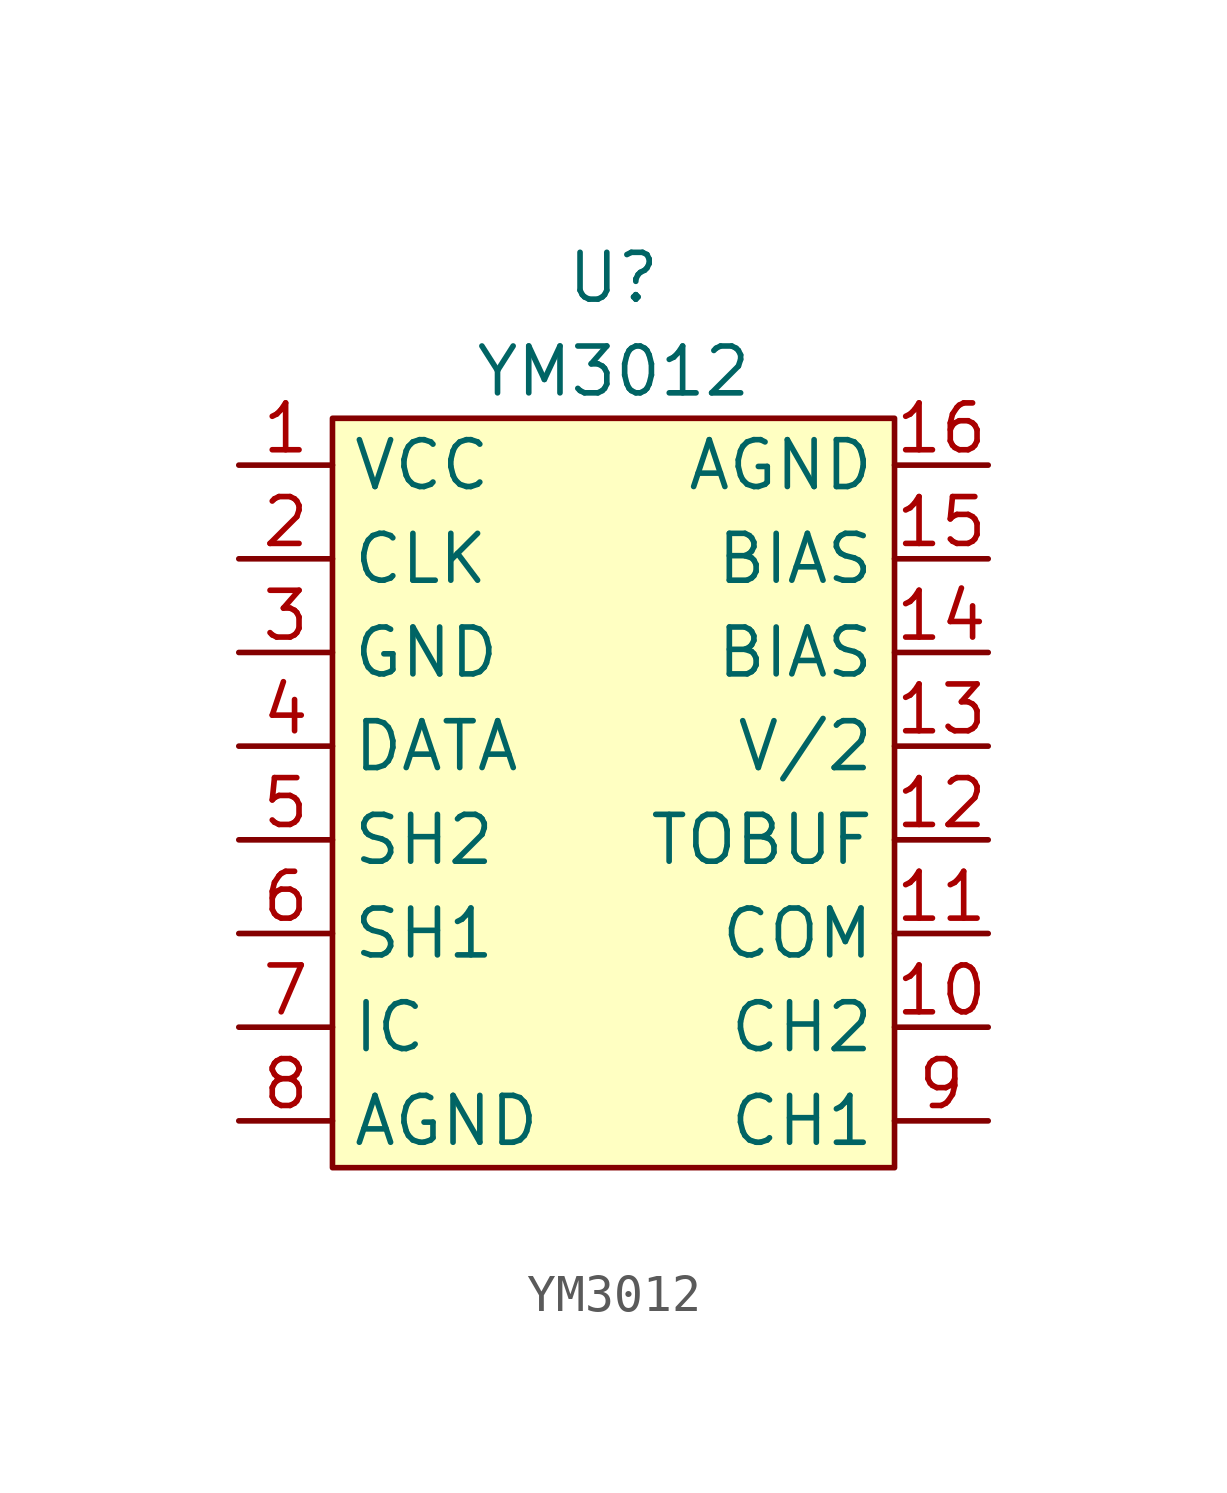
<source format=kicad_sym>
(kicad_symbol_lib
  (version 20211014)
  (generator kicad_symbol_editor)
  (symbol "YM3012"
    (property "Reference" "U"
      (at 0 13.97 0)
      (effects (font (size 1.27 1.27))))
    (property "Value" "YM3012"
      (at 0 11.43 0)
      (effects (font (size 1.27 1.27))))
    (symbol "YM3012_0_1"
      (rectangle (start -7.62 10.16) (end 7.62 -10.16) (stroke (width 0.152) (type default) (color 0 0 0 0)) (fill (type background))))
    (symbol "YM3012_1_1"
      (pin input line (at -10.16 8.89 0) (length 2.54) (name "VCC" (effects (font (size 1.27 1.27)))) (number "1" (effects (font (size 1.27 1.27)))))
      (pin input line (at 10.16 -6.35 180) (length 2.54) (name "CH2" (effects (font (size 1.27 1.27)))) (number "10" (effects (font (size 1.27 1.27)))))
      (pin input line (at 10.16 -3.81 180) (length 2.54) (name "COM" (effects (font (size 1.27 1.27)))) (number "11" (effects (font (size 1.27 1.27)))))
      (pin input line (at 10.16 -1.27 180) (length 2.54) (name "TOBUF" (effects (font (size 1.27 1.27)))) (number "12" (effects (font (size 1.27 1.27)))))
      (pin input line (at 10.16 1.27 180) (length 2.54) (name "V/2" (effects (font (size 1.27 1.27)))) (number "13" (effects (font (size 1.27 1.27)))))
      (pin input line (at 10.16 3.81 180) (length 2.54) (name "BIAS" (effects (font (size 1.27 1.27)))) (number "14" (effects (font (size 1.27 1.27)))))
      (pin input line (at 10.16 6.35 180) (length 2.54) (name "BIAS" (effects (font (size 1.27 1.27)))) (number "15" (effects (font (size 1.27 1.27)))))
      (pin input line (at 10.16 8.89 180) (length 2.54) (name "AGND" (effects (font (size 1.27 1.27)))) (number "16" (effects (font (size 1.27 1.27)))))
      (pin input line (at -10.16 6.35 0) (length 2.54) (name "CLK" (effects (font (size 1.27 1.27)))) (number "2" (effects (font (size 1.27 1.27)))))
      (pin input line (at -10.16 3.81 0) (length 2.54) (name "GND" (effects (font (size 1.27 1.27)))) (number "3" (effects (font (size 1.27 1.27)))))
      (pin input line (at -10.16 1.27 0) (length 2.54) (name "DATA" (effects (font (size 1.27 1.27)))) (number "4" (effects (font (size 1.27 1.27)))))
      (pin input line (at -10.16 -1.27 0) (length 2.54) (name "SH2" (effects (font (size 1.27 1.27)))) (number "5" (effects (font (size 1.27 1.27)))))
      (pin input line (at -10.16 -3.81 0) (length 2.54) (name "SH1" (effects (font (size 1.27 1.27)))) (number "6" (effects (font (size 1.27 1.27)))))
      (pin input line (at -10.16 -6.35 0) (length 2.54) (name "IC" (effects (font (size 1.27 1.27)))) (number "7" (effects (font (size 1.27 1.27)))))
      (pin input line (at -10.16 -8.89 0) (length 2.54) (name "AGND" (effects (font (size 1.27 1.27)))) (number "8" (effects (font (size 1.27 1.27)))))
      (pin input line (at 10.16 -8.89 180) (length 2.54) (name "CH1" (effects (font (size 1.27 1.27)))) (number "9" (effects (font (size 1.27 1.27))))))))
</source>
